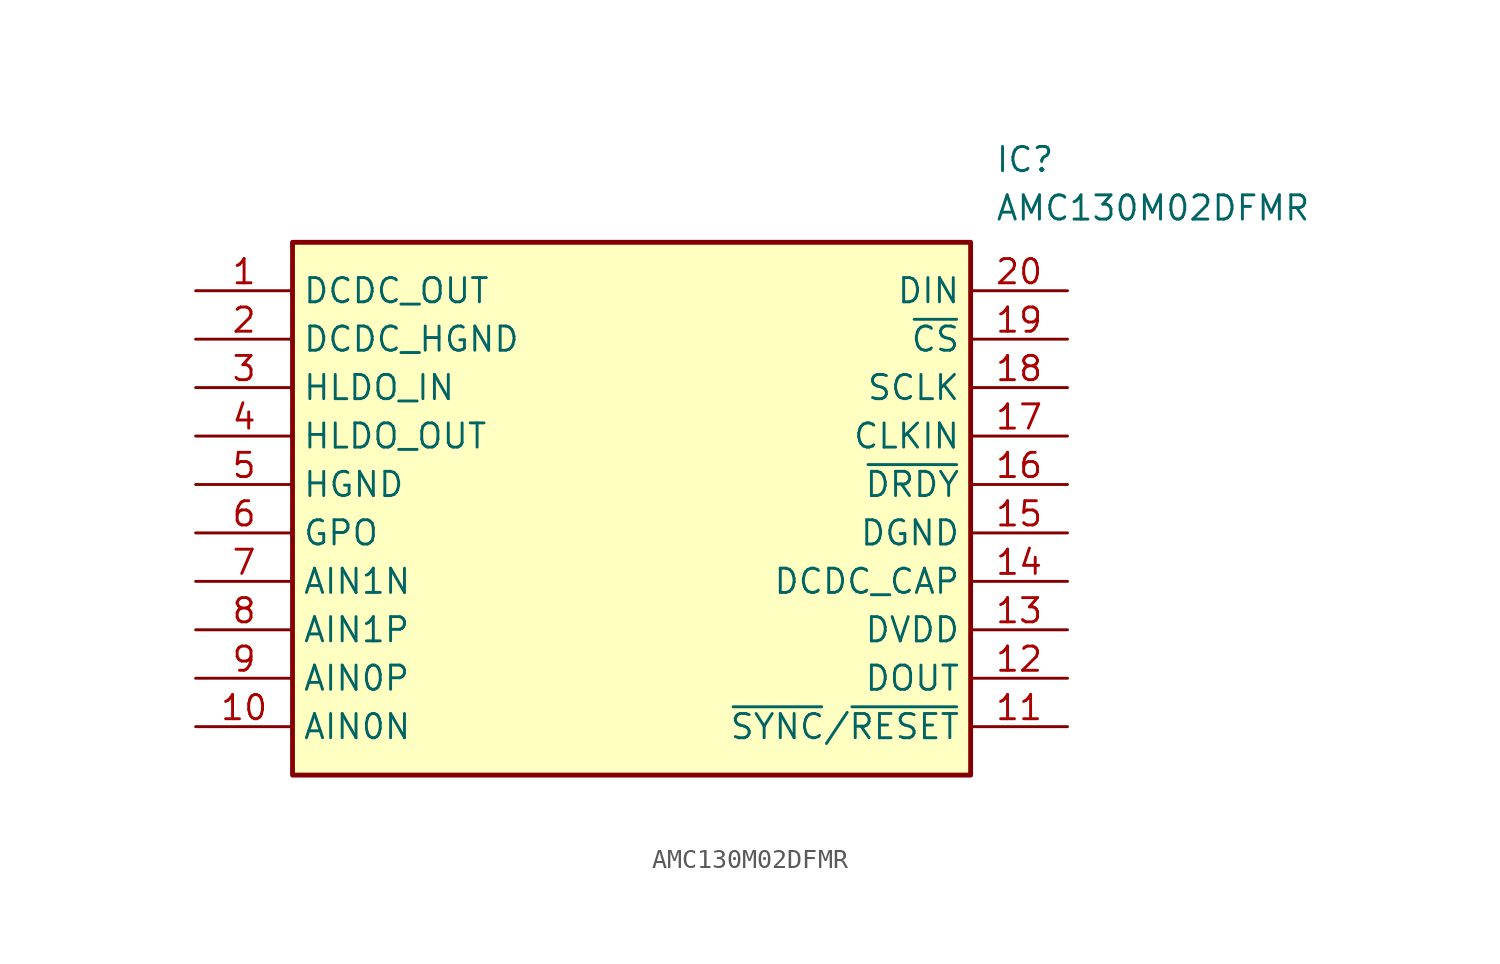
<source format=kicad_sym>
(kicad_symbol_lib
  (version 20211014)
  (generator SamacSys_ECAD_Model)
  (symbol "AMC130M02DFMR"
    (property "Reference" "IC"
      (at 41.91 7.62 0)
      (effects (font (size 1.27 1.27)) (justify left top)))
    (property "Value" "AMC130M02DFMR"
      (at 41.91 5.08 0)
      (effects (font (size 1.27 1.27)) (justify left top)))
    (rectangle
      (start 5.08 2.54)
      (end 40.64 -25.4)
      (stroke (width 0.254) (type default))
      (fill (type background)))
    (pin passive line
      (at 0 0 0)
      (length 5.08)
      (name "DCDC_OUT" (effects (font (size 1.27 1.27))))
      (number "1" (effects (font (size 1.27 1.27)))))
    (pin passive line
      (at 0 -2.54 0)
      (length 5.08)
      (name "DCDC_HGND" (effects (font (size 1.27 1.27))))
      (number "2" (effects (font (size 1.27 1.27)))))
    (pin passive line
      (at 0 -5.08 0)
      (length 5.08)
      (name "HLDO_IN" (effects (font (size 1.27 1.27))))
      (number "3" (effects (font (size 1.27 1.27)))))
    (pin passive line
      (at 0 -7.62 0)
      (length 5.08)
      (name "HLDO_OUT" (effects (font (size 1.27 1.27))))
      (number "4" (effects (font (size 1.27 1.27)))))
    (pin passive line
      (at 0 -10.16 0)
      (length 5.08)
      (name "HGND" (effects (font (size 1.27 1.27))))
      (number "5" (effects (font (size 1.27 1.27)))))
    (pin passive line
      (at 0 -12.7 0)
      (length 5.08)
      (name "GPO" (effects (font (size 1.27 1.27))))
      (number "6" (effects (font (size 1.27 1.27)))))
    (pin passive line
      (at 0 -15.24 0)
      (length 5.08)
      (name "AIN1N" (effects (font (size 1.27 1.27))))
      (number "7" (effects (font (size 1.27 1.27)))))
    (pin passive line
      (at 0 -17.78 0)
      (length 5.08)
      (name "AIN1P" (effects (font (size 1.27 1.27))))
      (number "8" (effects (font (size 1.27 1.27)))))
    (pin passive line
      (at 0 -20.32 0)
      (length 5.08)
      (name "AIN0P" (effects (font (size 1.27 1.27))))
      (number "9" (effects (font (size 1.27 1.27)))))
    (pin passive line
      (at 0 -22.86 0)
      (length 5.08)
      (name "AIN0N" (effects (font (size 1.27 1.27))))
      (number "10" (effects (font (size 1.27 1.27)))))
    (pin passive line
      (at 45.72 0 180)
      (length 5.08)
      (name "DIN" (effects (font (size 1.27 1.27))))
      (number "20" (effects (font (size 1.27 1.27)))))
    (pin passive line
      (at 45.72 -2.54 180)
      (length 5.08)
      (name "~{CS}" (effects (font (size 1.27 1.27))))
      (number "19" (effects (font (size 1.27 1.27)))))
    (pin passive line
      (at 45.72 -5.08 180)
      (length 5.08)
      (name "SCLK" (effects (font (size 1.27 1.27))))
      (number "18" (effects (font (size 1.27 1.27)))))
    (pin passive line
      (at 45.72 -7.62 180)
      (length 5.08)
      (name "CLKIN" (effects (font (size 1.27 1.27))))
      (number "17" (effects (font (size 1.27 1.27)))))
    (pin passive line
      (at 45.72 -10.16 180)
      (length 5.08)
      (name "~{DRDY}" (effects (font (size 1.27 1.27))))
      (number "16" (effects (font (size 1.27 1.27)))))
    (pin passive line
      (at 45.72 -12.7 180)
      (length 5.08)
      (name "DGND" (effects (font (size 1.27 1.27))))
      (number "15" (effects (font (size 1.27 1.27)))))
    (pin passive line
      (at 45.72 -15.24 180)
      (length 5.08)
      (name "DCDC_CAP" (effects (font (size 1.27 1.27))))
      (number "14" (effects (font (size 1.27 1.27)))))
    (pin passive line
      (at 45.72 -17.78 180)
      (length 5.08)
      (name "DVDD" (effects (font (size 1.27 1.27))))
      (number "13" (effects (font (size 1.27 1.27)))))
    (pin passive line
      (at 45.72 -20.32 180)
      (length 5.08)
      (name "DOUT" (effects (font (size 1.27 1.27))))
      (number "12" (effects (font (size 1.27 1.27)))))
    (pin passive line
      (at 45.72 -22.86 180)
      (length 5.08)
      (name "~{SYNC}/~{RESET}" (effects (font (size 1.27 1.27))))
      (number "11" (effects (font (size 1.27 1.27)))))))
</source>
